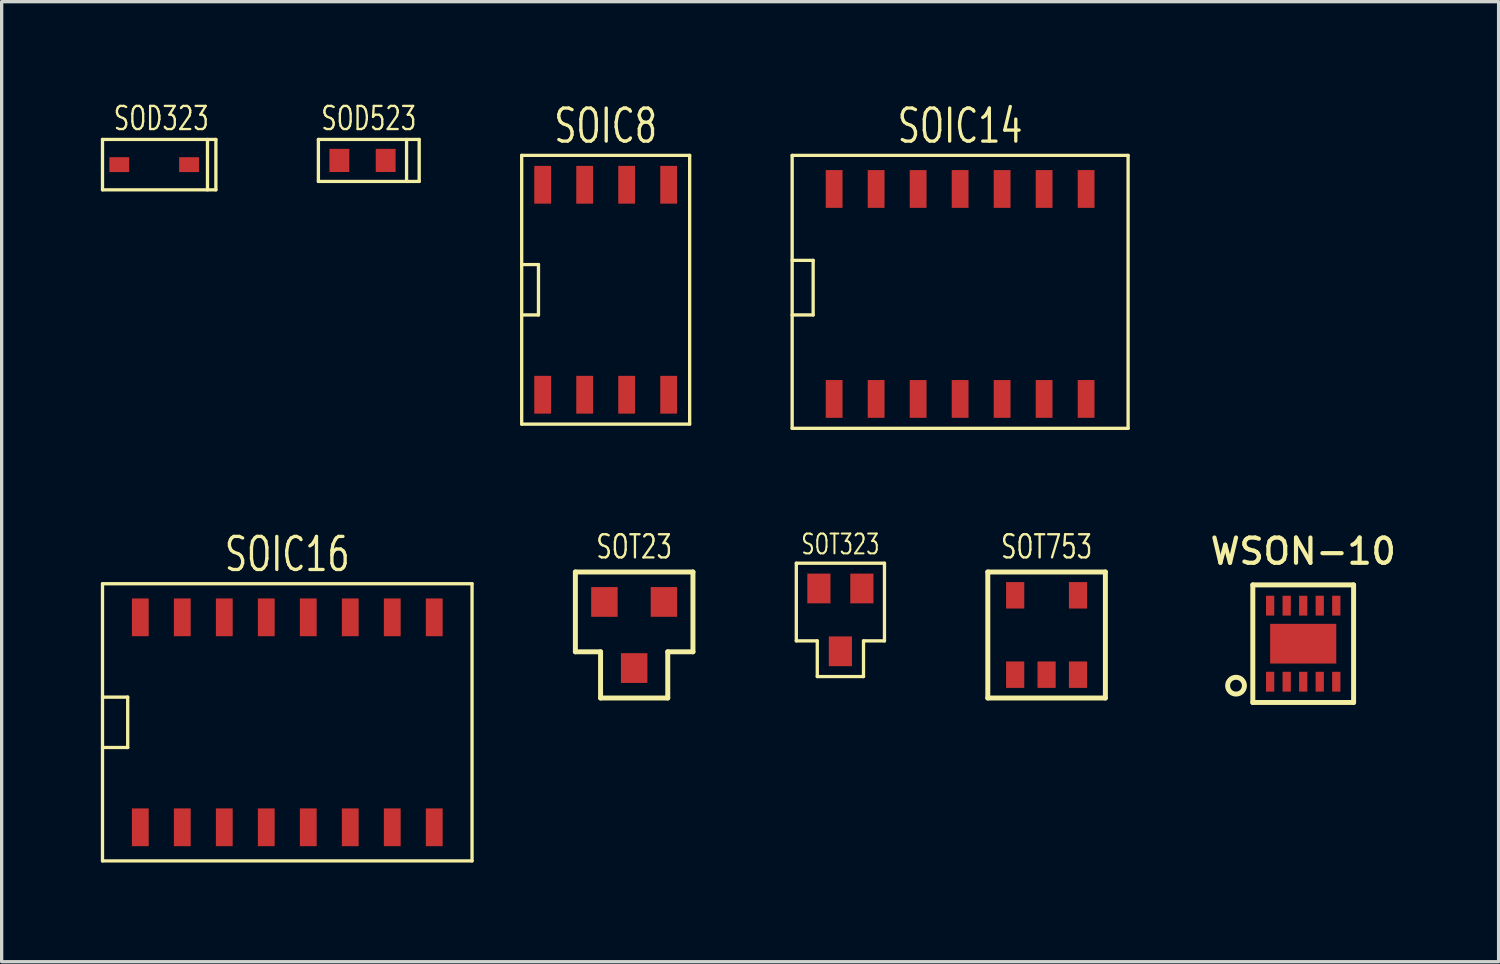
<source format=kicad_pcb>
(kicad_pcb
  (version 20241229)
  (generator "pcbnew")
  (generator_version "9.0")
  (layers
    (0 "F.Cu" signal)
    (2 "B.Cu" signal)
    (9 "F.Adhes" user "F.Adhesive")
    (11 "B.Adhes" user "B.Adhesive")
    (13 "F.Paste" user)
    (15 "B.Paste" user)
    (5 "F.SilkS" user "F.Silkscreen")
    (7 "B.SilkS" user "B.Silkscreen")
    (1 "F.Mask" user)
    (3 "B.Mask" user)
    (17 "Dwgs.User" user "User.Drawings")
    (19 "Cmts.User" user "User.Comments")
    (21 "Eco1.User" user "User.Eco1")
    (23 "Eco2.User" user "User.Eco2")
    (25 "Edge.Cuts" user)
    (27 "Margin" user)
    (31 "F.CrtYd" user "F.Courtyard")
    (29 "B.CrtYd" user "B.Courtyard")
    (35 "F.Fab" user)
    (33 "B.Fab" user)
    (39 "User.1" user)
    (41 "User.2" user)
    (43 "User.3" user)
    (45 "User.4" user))
  (footprint "WSON-10"
    (layer "F.Cu")
    (at 36.363 16.417)
    (property "Reference" "WSON-10" (at 0 -2.794 0) (layer "F.SilkS") (effects (font (size 0.762 0.762) (thickness 0.127))))
    (attr smd)
    (fp_line (start -1.524 -1.778) (end -1.524 1.778) (stroke (width 0.15) (type solid)) (layer "F.SilkS"))
    (fp_line (start -1.524 1.778) (end 1.524 1.778) (stroke (width 0.15) (type solid)) (layer "F.SilkS"))
    (fp_line (start 1.524 -1.778) (end -1.524 -1.778) (stroke (width 0.15) (type solid)) (layer "F.SilkS"))
    (fp_line (start 1.524 1.778) (end 1.524 -1.778) (stroke (width 0.15) (type solid)) (layer "F.SilkS"))
    (fp_circle (center -2.032 1.27) (end -1.778 1.27) (stroke (width 0.15) (type solid)) (fill no) (layer "F.SilkS"))
    (pad "1" smd rect (at -1 1.15) (size 0.25 0.6) (layers "F.Cu" "F.Mask" "F.Paste"))
    (pad "2" smd rect (at -0.5 1.15) (size 0.25 0.6) (layers "F.Cu" "F.Mask" "F.Paste"))
    (pad "3" smd rect (at 0 1.15) (size 0.25 0.6) (layers "F.Cu" "F.Mask" "F.Paste"))
    (pad "4" smd rect (at 0.5 1.15) (size 0.25 0.6) (layers "F.Cu" "F.Mask" "F.Paste"))
    (pad "5" smd rect (at 1 1.15) (size 0.25 0.6) (layers "F.Cu" "F.Mask" "F.Paste"))
    (pad "6" smd rect (at 1 -1.15) (size 0.25 0.6) (layers "F.Cu" "F.Mask" "F.Paste"))
    (pad "7" smd rect (at 0.5 -1.15) (size 0.25 0.6) (layers "F.Cu" "F.Mask" "F.Paste"))
    (pad "8" smd rect (at 0 -1.15) (size 0.25 0.6) (layers "F.Cu" "F.Mask" "F.Paste"))
    (pad "9" smd rect (at -0.5 -1.15) (size 0.25 0.6) (layers "F.Cu" "F.Mask" "F.Paste"))
    (pad "10" smd rect (at -1 -1.15) (size 0.25 0.6) (layers "F.Cu" "F.Mask" "F.Paste"))
    (pad "11" smd rect (at 0 0) (size 2 1.2) (layers "F.Cu" "F.Mask" "F.Paste")))
  (footprint "SOT23"
    (layer "F.Cu")
    (at 16.129 16.154)
    (property "Reference" "SOT23" (at 0 -2.667 0) (layer "F.SilkS") (effects (font (size 0.7 0.49) (thickness 0.07))))
    (attr smd)
    (fp_line (start -1.778 -1.905) (end 1.778 -1.905) (stroke (width 0.15) (type solid)) (layer "F.SilkS"))
    (fp_line (start -1.778 0.508) (end -1.778 -1.905) (stroke (width 0.15) (type solid)) (layer "F.SilkS"))
    (fp_line (start -1.778 0.508) (end -1.016 0.508) (stroke (width 0.15) (type solid)) (layer "F.SilkS"))
    (fp_line (start -1.016 0.508) (end -1.016 1.905) (stroke (width 0.15) (type solid)) (layer "F.SilkS"))
    (fp_line (start -1.016 1.905) (end 1.016 1.905) (stroke (width 0.15) (type solid)) (layer "F.SilkS"))
    (fp_line (start 1.016 0.508) (end 1.778 0.508) (stroke (width 0.15) (type solid)) (layer "F.SilkS"))
    (fp_line (start 1.016 1.905) (end 1.016 0.508) (stroke (width 0.15) (type solid)) (layer "F.SilkS"))
    (fp_line (start 1.778 0.508) (end 1.778 -1.905) (stroke (width 0.15) (type solid)) (layer "F.SilkS"))
    (pad "1" smd rect (at -0.9 -1) (size 0.8 0.9) (layers "F.Cu" "F.Mask"))
    (pad "2" smd rect (at 0.9 -1) (size 0.8 0.9) (layers "F.Cu" "F.Mask"))
    (pad "3" smd rect (at 0 1) (size 0.8 0.9) (layers "F.Cu" "F.Mask")))
  (footprint "SOT753"
    (layer "F.Cu")
    (at 28.602 16.154)
    (property "Reference" "SOT753" (at 0 -2.667 0) (layer "F.SilkS") (effects (font (size 0.7 0.49) (thickness 0.07))))
    (attr smd)
    (fp_line (start -1.778 -1.905) (end 1.778 -1.905) (stroke (width 0.15) (type solid)) (layer "F.SilkS"))
    (fp_line (start -1.778 1.905) (end -1.778 -1.905) (stroke (width 0.15) (type solid)) (layer "F.SilkS"))
    (fp_line (start -1.778 1.905) (end 1.778 1.905) (stroke (width 0.15) (type solid)) (layer "F.SilkS"))
    (fp_line (start 1.778 1.905) (end 1.778 -1.905) (stroke (width 0.15) (type solid)) (layer "F.SilkS"))
    (pad "1" smd rect (at -0.95 1.2) (size 0.55 0.8) (layers "F.Cu" "F.Mask"))
    (pad "2" smd rect (at 0 1.2) (size 0.55 0.8) (layers "F.Cu" "F.Mask"))
    (pad "3" smd rect (at 0.95 1.2) (size 0.55 0.8) (layers "F.Cu" "F.Mask"))
    (pad "4" smd rect (at 0.95 -1.2) (size 0.55 0.8) (layers "F.Cu" "F.Mask"))
    (pad "5" smd rect (at -0.95 -1.2) (size 0.55 0.8) (layers "F.Cu" "F.Mask")))
  (footprint "SOIC16"
    (layer "F.Cu")
    (at 5.638 18.795)
    (property "Reference" "SOIC16" (at 0 -5.08 0) (layer "F.SilkS") (effects (font (size 1 0.7) (thickness 0.1))))
    (attr smd)
    (fp_line (start -5.588 -0.762) (end -4.826 -0.762) (stroke (width 0.1) (type solid)) (layer "F.SilkS"))
    (fp_line (start -5.588 4.191) (end -5.588 -4.191) (stroke (width 0.1) (type solid)) (layer "F.SilkS"))
    (fp_line (start -5.588 4.191) (end 5.588 4.191) (stroke (width 0.1) (type solid)) (layer "F.SilkS"))
    (fp_line (start -4.826 -0.762) (end -4.826 0.762) (stroke (width 0.1) (type solid)) (layer "F.SilkS"))
    (fp_line (start -4.826 0.762) (end -5.588 0.762) (stroke (width 0.1) (type solid)) (layer "F.SilkS"))
    (fp_line (start 5.588 -4.191) (end -5.588 -4.191) (stroke (width 0.1) (type solid)) (layer "F.SilkS"))
    (fp_line (start 5.588 4.191) (end 5.588 -4.191) (stroke (width 0.1) (type solid)) (layer "F.SilkS"))
    (pad "1" smd rect (at -4.445 3.175) (size 0.508 1.143) (layers "F.Cu" "F.Mask"))
    (pad "2" smd rect (at -3.175 3.175) (size 0.508 1.143) (layers "F.Cu" "F.Mask"))
    (pad "3" smd rect (at -1.905 3.175) (size 0.508 1.143) (layers "F.Cu" "F.Mask"))
    (pad "4" smd rect (at -0.635 3.175) (size 0.508 1.143) (layers "F.Cu" "F.Mask"))
    (pad "5" smd rect (at 0.635 3.175) (size 0.508 1.143) (layers "F.Cu" "F.Mask"))
    (pad "6" smd rect (at 1.905 3.175) (size 0.508 1.143) (layers "F.Cu" "F.Mask"))
    (pad "7" smd rect (at 3.175 3.175) (size 0.508 1.143) (layers "F.Cu" "F.Mask"))
    (pad "8" smd rect (at 4.445 3.175) (size 0.508 1.143) (layers "F.Cu" "F.Mask"))
    (pad "9" smd rect (at 4.445 -3.175) (size 0.508 1.143) (layers "F.Cu" "F.Mask"))
    (pad "10" smd rect (at 3.175 -3.175) (size 0.508 1.143) (layers "F.Cu" "F.Mask"))
    (pad "11" smd rect (at 1.905 -3.175) (size 0.508 1.143) (layers "F.Cu" "F.Mask"))
    (pad "12" smd rect (at 0.635 -3.175) (size 0.508 1.143) (layers "F.Cu" "F.Mask"))
    (pad "13" smd rect (at -0.635 -3.175) (size 0.508 1.143) (layers "F.Cu" "F.Mask"))
    (pad "14" smd rect (at -1.905 -3.175) (size 0.508 1.143) (layers "F.Cu" "F.Mask"))
    (pad "15" smd rect (at -3.175 -3.175) (size 0.508 1.143) (layers "F.Cu" "F.Mask"))
    (pad "16" smd rect (at -4.445 -3.175) (size 0.508 1.143) (layers "F.Cu" "F.Mask")))
  (footprint "SOIC8"
    (layer "F.Cu")
    (at 15.267 5.713)
    (property "Reference" "SOIC8" (at 0 -4.953 0) (layer "F.SilkS") (effects (font (size 1 0.7) (thickness 0.1))))
    (attr smd)
    (fp_line (start -2.54 -4.064) (end 2.54 -4.064) (stroke (width 0.1) (type solid)) (layer "F.SilkS"))
    (fp_line (start -2.54 -0.762) (end -2.032 -0.762) (stroke (width 0.1) (type solid)) (layer "F.SilkS"))
    (fp_line (start -2.54 4.064) (end -2.54 -4.064) (stroke (width 0.1) (type solid)) (layer "F.SilkS"))
    (fp_line (start -2.032 -0.762) (end -2.032 0.762) (stroke (width 0.1) (type solid)) (layer "F.SilkS"))
    (fp_line (start -2.032 0.762) (end -2.54 0.762) (stroke (width 0.1) (type solid)) (layer "F.SilkS"))
    (fp_line (start 2.54 4.064) (end -2.54 4.064) (stroke (width 0.1) (type solid)) (layer "F.SilkS"))
    (fp_line (start 2.54 4.064) (end 2.54 -4.064) (stroke (width 0.1) (type solid)) (layer "F.SilkS"))
    (pad "1" smd rect (at -1.905 3.175) (size 0.508 1.143) (layers "F.Cu" "F.Mask"))
    (pad "2" smd rect (at -0.635 3.175) (size 0.508 1.143) (layers "F.Cu" "F.Mask"))
    (pad "3" smd rect (at 0.635 3.175) (size 0.508 1.143) (layers "F.Cu" "F.Mask"))
    (pad "4" smd rect (at 1.905 3.175) (size 0.508 1.143) (layers "F.Cu" "F.Mask"))
    (pad "5" smd rect (at 1.905 -3.175) (size 0.508 1.143) (layers "F.Cu" "F.Mask"))
    (pad "6" smd rect (at 0.635 -3.175) (size 0.508 1.143) (layers "F.Cu" "F.Mask"))
    (pad "7" smd rect (at -0.635 -3.175) (size 0.508 1.143) (layers "F.Cu" "F.Mask"))
    (pad "8" smd rect (at -1.905 -3.175) (size 0.508 1.143) (layers "F.Cu" "F.Mask")))
  (footprint "SOD523"
    (layer "F.Cu")
    (at 7.214 1.802)
    (property "Reference" "SOD523" (at 0.889 -1.27 0) (layer "F.SilkS") (effects (font (size 0.7 0.49) (thickness 0.07))))
    (attr smd)
    (fp_line (start -0.635 -0.635) (end 2.413 -0.635) (stroke (width 0.1) (type solid)) (layer "F.SilkS"))
    (fp_line (start -0.635 0.635) (end -0.635 -0.635) (stroke (width 0.1) (type solid)) (layer "F.SilkS"))
    (fp_line (start 2.032 -0.635) (end 2.032 0.635) (stroke (width 0.1) (type solid)) (layer "F.SilkS"))
    (fp_line (start 2.413 0.635) (end -0.635 0.635) (stroke (width 0.1) (type solid)) (layer "F.SilkS"))
    (fp_line (start 2.413 0.635) (end 2.413 -0.635) (stroke (width 0.1) (type solid)) (layer "F.SilkS"))
    (pad "1" smd rect (at 0 0) (size 0.6 0.7) (layers "F.Cu" "F.Mask"))
    (pad "2" smd rect (at 1.4 0) (size 0.6 0.7) (layers "F.Cu" "F.Mask")))
  (footprint "SOT323"
    (layer "F.Cu")
    (at 22.366 15.697)
    (property "Reference" "SOT323" (at 0 -2.286 0) (layer "F.SilkS") (effects (font (size 0.6 0.42) (thickness 0.06))))
    (attr smd)
    (fp_line (start -1.333 -1.714) (end -1.333 0.635) (stroke (width 0.1) (type solid)) (layer "F.SilkS"))
    (fp_line (start -1.333 -1.714) (end 1.333 -1.714) (stroke (width 0.1) (type solid)) (layer "F.SilkS"))
    (fp_line (start -0.699 0.635) (end -1.333 0.635) (stroke (width 0.1) (type solid)) (layer "F.SilkS"))
    (fp_line (start -0.699 1.714) (end -0.699 0.635) (stroke (width 0.1) (type solid)) (layer "F.SilkS"))
    (fp_line (start 0.699 0.635) (end 0.699 1.714) (stroke (width 0.1) (type solid)) (layer "F.SilkS"))
    (fp_line (start 0.699 0.635) (end 1.333 0.635) (stroke (width 0.1) (type solid)) (layer "F.SilkS"))
    (fp_line (start 0.699 1.714) (end -0.699 1.714) (stroke (width 0.1) (type solid)) (layer "F.SilkS"))
    (fp_line (start 1.333 -1.714) (end 1.333 0.635) (stroke (width 0.1) (type solid)) (layer "F.SilkS"))
    (pad "1" smd rect (at -0.65 -0.95) (size 0.7 0.9) (layers "F.Cu" "F.Mask"))
    (pad "2" smd rect (at 0.65 -0.95) (size 0.7 0.9) (layers "F.Cu" "F.Mask"))
    (pad "3" smd rect (at 0 0.95) (size 0.7 0.9) (layers "F.Cu" "F.Mask")))
  (footprint "SOIC14"
    (layer "F.Cu")
    (at 25.987 5.713)
    (property "Reference" "SOIC14" (at 0 -4.953 0) (layer "F.SilkS") (effects (font (size 1 0.7) (thickness 0.1))))
    (attr smd)
    (fp_line (start -5.08 4.191) (end -5.08 -4.064) (stroke (width 0.1) (type solid)) (layer "F.SilkS"))
    (fp_line (start -5.08 4.191) (end 5.08 4.191) (stroke (width 0.1) (type solid)) (layer "F.SilkS"))
    (fp_line (start -4.445 -0.889) (end -5.08 -0.889) (stroke (width 0.1) (type solid)) (layer "F.SilkS"))
    (fp_line (start -4.445 0.762) (end -5.08 0.762) (stroke (width 0.1) (type solid)) (layer "F.SilkS"))
    (fp_line (start -4.445 0.762) (end -4.445 -0.889) (stroke (width 0.1) (type solid)) (layer "F.SilkS"))
    (fp_line (start 5.08 -4.064) (end -5.08 -4.064) (stroke (width 0.1) (type solid)) (layer "F.SilkS"))
    (fp_line (start 5.08 4.191) (end 5.08 -4.064) (stroke (width 0.1) (type solid)) (layer "F.SilkS"))
    (pad "1" smd rect (at -3.81 3.302) (size 0.508 1.143) (layers "F.Cu" "F.Mask"))
    (pad "2" smd rect (at -2.54 3.302) (size 0.508 1.143) (layers "F.Cu" "F.Mask"))
    (pad "3" smd rect (at -1.27 3.302) (size 0.508 1.143) (layers "F.Cu" "F.Mask"))
    (pad "4" smd rect (at 0 3.302) (size 0.508 1.143) (layers "F.Cu" "F.Mask"))
    (pad "5" smd rect (at 1.27 3.302) (size 0.508 1.143) (layers "F.Cu" "F.Mask"))
    (pad "6" smd rect (at 2.54 3.302) (size 0.508 1.143) (layers "F.Cu" "F.Mask"))
    (pad "7" smd rect (at 3.81 3.302) (size 0.508 1.143) (layers "F.Cu" "F.Mask"))
    (pad "8" smd rect (at 3.81 -3.048) (size 0.508 1.143) (layers "F.Cu" "F.Mask"))
    (pad "9" smd rect (at 2.54 -3.048) (size 0.508 1.143) (layers "F.Cu" "F.Mask"))
    (pad "10" smd rect (at 1.27 -3.048) (size 0.508 1.143) (layers "F.Cu" "F.Mask"))
    (pad "11" smd rect (at 0 -3.048) (size 0.508 1.143) (layers "F.Cu" "F.Mask"))
    (pad "12" smd rect (at -1.27 -3.048) (size 0.508 1.143) (layers "F.Cu" "F.Mask"))
    (pad "13" smd rect (at -2.54 -3.048) (size 0.508 1.143) (layers "F.Cu" "F.Mask"))
    (pad "14" smd rect (at -3.81 -3.048) (size 0.508 1.143) (layers "F.Cu" "F.Mask")))
  (footprint "SOD323"
    (layer "F.Cu")
    (at 0.558 1.929)
    (property "Reference" "SOD323" (at 1.27 -1.397 0) (layer "F.SilkS") (effects (font (size 0.7 0.49) (thickness 0.07))))
    (attr smd)
    (fp_line (start -0.508 0.762) (end -0.508 -0.762) (stroke (width 0.1) (type solid)) (layer "F.SilkS"))
    (fp_line (start -0.508 0.762) (end 2.921 0.762) (stroke (width 0.1) (type solid)) (layer "F.SilkS"))
    (fp_line (start 2.667 -0.762) (end 2.667 0.762) (stroke (width 0.1) (type solid)) (layer "F.SilkS"))
    (fp_line (start 2.921 -0.762) (end -0.508 -0.762) (stroke (width 0.1) (type solid)) (layer "F.SilkS"))
    (fp_line (start 2.921 -0.762) (end 2.921 0.762) (stroke (width 0.1) (type solid)) (layer "F.SilkS"))
    (pad "1" smd rect (at 0 0) (size 0.6 0.45) (layers "F.Cu" "F.Mask" "F.Paste"))
    (pad "2" smd rect (at 2.11 0) (size 0.6 0.45) (layers "F.Cu" "F.Mask" "F.Paste")))
  (gr_rect
    (start -3 -3)
    (end 42.272 26.036)
    (stroke (width 0.1) (type default))
    (fill no)
    (layer "Edge.Cuts")))
</source>
